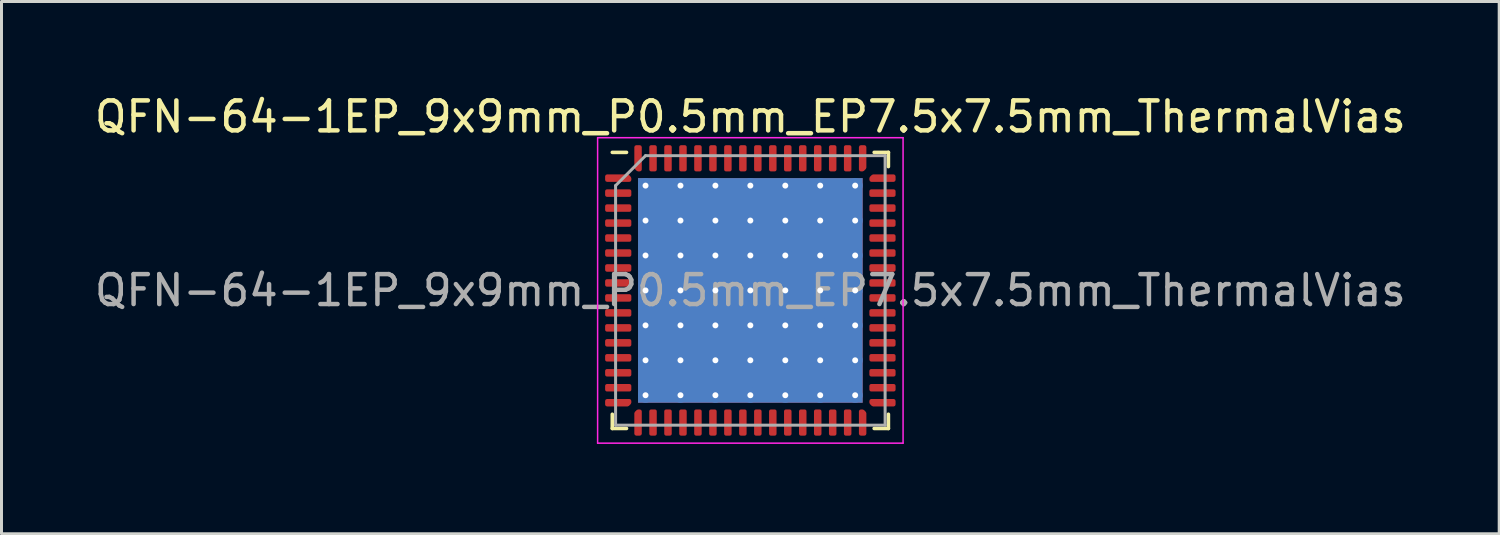
<source format=kicad_pcb>
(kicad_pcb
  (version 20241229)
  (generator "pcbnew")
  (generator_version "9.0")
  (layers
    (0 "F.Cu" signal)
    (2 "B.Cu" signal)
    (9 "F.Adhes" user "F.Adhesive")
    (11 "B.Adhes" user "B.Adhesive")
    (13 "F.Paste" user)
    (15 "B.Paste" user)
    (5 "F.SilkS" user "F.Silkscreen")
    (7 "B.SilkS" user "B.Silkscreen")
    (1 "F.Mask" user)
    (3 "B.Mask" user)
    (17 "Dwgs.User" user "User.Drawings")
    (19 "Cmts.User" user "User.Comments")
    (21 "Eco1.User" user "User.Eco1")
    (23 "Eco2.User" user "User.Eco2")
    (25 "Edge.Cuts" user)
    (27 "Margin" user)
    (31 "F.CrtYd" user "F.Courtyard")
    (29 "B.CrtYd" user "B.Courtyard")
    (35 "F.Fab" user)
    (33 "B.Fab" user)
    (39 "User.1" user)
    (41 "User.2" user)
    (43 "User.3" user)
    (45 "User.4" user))
  (footprint "QFN-64-1EP_9x9mm_P0.5mm_EP7.5x7.5mm_ThermalVias"
    (layer "F.Cu")
    (at 22.006 6.648)
    (property "Reference" "QFN-64-1EP_9x9mm_P0.5mm_EP7.5x7.5mm_ThermalVias" (at 0 -5.8 0) (layer "F.SilkS") (effects (font (size 1 1) (thickness 0.15))))
    (attr smd)
    (fp_line (start -4.61 4.61) (end -4.61 4.135) (stroke (width 0.12) (type solid)) (layer "F.SilkS"))
    (fp_line (start -4.135 -4.61) (end -4.61 -4.61) (stroke (width 0.12) (type solid)) (layer "F.SilkS"))
    (fp_line (start -4.135 4.61) (end -4.61 4.61) (stroke (width 0.12) (type solid)) (layer "F.SilkS"))
    (fp_line (start 4.135 -4.61) (end 4.61 -4.61) (stroke (width 0.12) (type solid)) (layer "F.SilkS"))
    (fp_line (start 4.135 4.61) (end 4.61 4.61) (stroke (width 0.12) (type solid)) (layer "F.SilkS"))
    (fp_line (start 4.61 -4.61) (end 4.61 -4.135) (stroke (width 0.12) (type solid)) (layer "F.SilkS"))
    (fp_line (start 4.61 4.61) (end 4.61 4.135) (stroke (width 0.12) (type solid)) (layer "F.SilkS"))
    (fp_line (start -5.1 -5.1) (end -5.1 5.1) (stroke (width 0.05) (type solid)) (layer "F.CrtYd"))
    (fp_line (start -5.1 5.1) (end 5.1 5.1) (stroke (width 0.05) (type solid)) (layer "F.CrtYd"))
    (fp_line (start 5.1 -5.1) (end -5.1 -5.1) (stroke (width 0.05) (type solid)) (layer "F.CrtYd"))
    (fp_line (start 5.1 5.1) (end 5.1 -5.1) (stroke (width 0.05) (type solid)) (layer "F.CrtYd"))
    (fp_line (start -4.5 -3.5) (end -3.5 -4.5) (stroke (width 0.1) (type solid)) (layer "F.Fab"))
    (fp_line (start -4.5 4.5) (end -4.5 -3.5) (stroke (width 0.1) (type solid)) (layer "F.Fab"))
    (fp_line (start -3.5 -4.5) (end 4.5 -4.5) (stroke (width 0.1) (type solid)) (layer "F.Fab"))
    (fp_line (start 4.5 -4.5) (end 4.5 4.5) (stroke (width 0.1) (type solid)) (layer "F.Fab"))
    (fp_line (start 4.5 4.5) (end -4.5 4.5) (stroke (width 0.1) (type solid)) (layer "F.Fab"))
    (fp_text user "${REFERENCE}" (at 0 0 0) (layer "F.Fab") (effects (font (size 1 1) (thickness 0.15))))
    (pad "" smd roundrect (at -2.917 -2.917) (size 1.008 1.008) (layers "F.Paste") (roundrect_rratio 0.248))
    (pad "" smd roundrect (at -2.917 -1.75) (size 1.008 1.008) (layers "F.Paste") (roundrect_rratio 0.248))
    (pad "" smd roundrect (at -2.917 -0.583) (size 1.008 1.008) (layers "F.Paste") (roundrect_rratio 0.248))
    (pad "" smd roundrect (at -2.917 0.583) (size 1.008 1.008) (layers "F.Paste") (roundrect_rratio 0.248))
    (pad "" smd roundrect (at -2.917 1.75) (size 1.008 1.008) (layers "F.Paste") (roundrect_rratio 0.248))
    (pad "" smd roundrect (at -2.917 2.917) (size 1.008 1.008) (layers "F.Paste") (roundrect_rratio 0.248))
    (pad "" smd roundrect (at -1.75 -2.917) (size 1.008 1.008) (layers "F.Paste") (roundrect_rratio 0.248))
    (pad "" smd roundrect (at -1.75 -1.75) (size 1.008 1.008) (layers "F.Paste") (roundrect_rratio 0.248))
    (pad "" smd roundrect (at -1.75 -0.583) (size 1.008 1.008) (layers "F.Paste") (roundrect_rratio 0.248))
    (pad "" smd roundrect (at -1.75 0.583) (size 1.008 1.008) (layers "F.Paste") (roundrect_rratio 0.248))
    (pad "" smd roundrect (at -1.75 1.75) (size 1.008 1.008) (layers "F.Paste") (roundrect_rratio 0.248))
    (pad "" smd roundrect (at -1.75 2.917) (size 1.008 1.008) (layers "F.Paste") (roundrect_rratio 0.248))
    (pad "" smd roundrect (at -0.583 -2.917) (size 1.008 1.008) (layers "F.Paste") (roundrect_rratio 0.248))
    (pad "" smd roundrect (at -0.583 -1.75) (size 1.008 1.008) (layers "F.Paste") (roundrect_rratio 0.248))
    (pad "" smd roundrect (at -0.583 -0.583) (size 1.008 1.008) (layers "F.Paste") (roundrect_rratio 0.248))
    (pad "" smd roundrect (at -0.583 0.583) (size 1.008 1.008) (layers "F.Paste") (roundrect_rratio 0.248))
    (pad "" smd roundrect (at -0.583 1.75) (size 1.008 1.008) (layers "F.Paste") (roundrect_rratio 0.248))
    (pad "" smd roundrect (at -0.583 2.917) (size 1.008 1.008) (layers "F.Paste") (roundrect_rratio 0.248))
    (pad "" smd roundrect (at 0.583 -2.917) (size 1.008 1.008) (layers "F.Paste") (roundrect_rratio 0.248))
    (pad "" smd roundrect (at 0.583 -1.75) (size 1.008 1.008) (layers "F.Paste") (roundrect_rratio 0.248))
    (pad "" smd roundrect (at 0.583 -0.583) (size 1.008 1.008) (layers "F.Paste") (roundrect_rratio 0.248))
    (pad "" smd roundrect (at 0.583 0.583) (size 1.008 1.008) (layers "F.Paste") (roundrect_rratio 0.248))
    (pad "" smd roundrect (at 0.583 1.75) (size 1.008 1.008) (layers "F.Paste") (roundrect_rratio 0.248))
    (pad "" smd roundrect (at 0.583 2.917) (size 1.008 1.008) (layers "F.Paste") (roundrect_rratio 0.248))
    (pad "" smd roundrect (at 1.75 -2.917) (size 1.008 1.008) (layers "F.Paste") (roundrect_rratio 0.248))
    (pad "" smd roundrect (at 1.75 -1.75) (size 1.008 1.008) (layers "F.Paste") (roundrect_rratio 0.248))
    (pad "" smd roundrect (at 1.75 -0.583) (size 1.008 1.008) (layers "F.Paste") (roundrect_rratio 0.248))
    (pad "" smd roundrect (at 1.75 0.583) (size 1.008 1.008) (layers "F.Paste") (roundrect_rratio 0.248))
    (pad "" smd roundrect (at 1.75 1.75) (size 1.008 1.008) (layers "F.Paste") (roundrect_rratio 0.248))
    (pad "" smd roundrect (at 1.75 2.917) (size 1.008 1.008) (layers "F.Paste") (roundrect_rratio 0.248))
    (pad "" smd roundrect (at 2.917 -2.917) (size 1.008 1.008) (layers "F.Paste") (roundrect_rratio 0.248))
    (pad "" smd roundrect (at 2.917 -1.75) (size 1.008 1.008) (layers "F.Paste") (roundrect_rratio 0.248))
    (pad "" smd roundrect (at 2.917 -0.583) (size 1.008 1.008) (layers "F.Paste") (roundrect_rratio 0.248))
    (pad "" smd roundrect (at 2.917 0.583) (size 1.008 1.008) (layers "F.Paste") (roundrect_rratio 0.248))
    (pad "" smd roundrect (at 2.917 1.75) (size 1.008 1.008) (layers "F.Paste") (roundrect_rratio 0.248))
    (pad "" smd roundrect (at 2.917 2.917) (size 1.008 1.008) (layers "F.Paste") (roundrect_rratio 0.248))
    (pad "1" smd custom (at -4.412 -3.75) (size 0.179 0.179) (layers "F.Cu" "F.Mask" "F.Paste") (options (anchor circle)) (primitives (gr_poly (pts (xy -0.375 -0.062) (xy 0.312 -0.062) (xy 0.375 0.001) (xy 0.375 0.062) (xy -0.375 0.062)) (width 0.125) (fill yes))))
    (pad "2" smd roundrect (at -4.412 -3.25) (size 0.875 0.25) (layers "F.Cu" "F.Mask" "F.Paste") (roundrect_rratio 0.25))
    (pad "3" smd roundrect (at -4.412 -2.75) (size 0.875 0.25) (layers "F.Cu" "F.Mask" "F.Paste") (roundrect_rratio 0.25))
    (pad "4" smd roundrect (at -4.412 -2.25) (size 0.875 0.25) (layers "F.Cu" "F.Mask" "F.Paste") (roundrect_rratio 0.25))
    (pad "5" smd roundrect (at -4.412 -1.75) (size 0.875 0.25) (layers "F.Cu" "F.Mask" "F.Paste") (roundrect_rratio 0.25))
    (pad "6" smd roundrect (at -4.412 -1.25) (size 0.875 0.25) (layers "F.Cu" "F.Mask" "F.Paste") (roundrect_rratio 0.25))
    (pad "7" smd roundrect (at -4.412 -0.75) (size 0.875 0.25) (layers "F.Cu" "F.Mask" "F.Paste") (roundrect_rratio 0.25))
    (pad "8" smd roundrect (at -4.412 -0.25) (size 0.875 0.25) (layers "F.Cu" "F.Mask" "F.Paste") (roundrect_rratio 0.25))
    (pad "9" smd roundrect (at -4.412 0.25) (size 0.875 0.25) (layers "F.Cu" "F.Mask" "F.Paste") (roundrect_rratio 0.25))
    (pad "10" smd roundrect (at -4.412 0.75) (size 0.875 0.25) (layers "F.Cu" "F.Mask" "F.Paste") (roundrect_rratio 0.25))
    (pad "11" smd roundrect (at -4.412 1.25) (size 0.875 0.25) (layers "F.Cu" "F.Mask" "F.Paste") (roundrect_rratio 0.25))
    (pad "12" smd roundrect (at -4.412 1.75) (size 0.875 0.25) (layers "F.Cu" "F.Mask" "F.Paste") (roundrect_rratio 0.25))
    (pad "13" smd roundrect (at -4.412 2.25) (size 0.875 0.25) (layers "F.Cu" "F.Mask" "F.Paste") (roundrect_rratio 0.25))
    (pad "14" smd roundrect (at -4.412 2.75) (size 0.875 0.25) (layers "F.Cu" "F.Mask" "F.Paste") (roundrect_rratio 0.25))
    (pad "15" smd roundrect (at -4.412 3.25) (size 0.875 0.25) (layers "F.Cu" "F.Mask" "F.Paste") (roundrect_rratio 0.25))
    (pad "16" smd custom (at -4.412 3.75) (size 0.179 0.179) (layers "F.Cu" "F.Mask" "F.Paste") (options (anchor circle)) (primitives (gr_poly (pts (xy -0.375 -0.062) (xy 0.375 -0.062) (xy 0.375 -0.001) (xy 0.312 0.062) (xy -0.375 0.062)) (width 0.125) (fill yes))))
    (pad "17" smd custom (at -3.75 4.412) (size 0.179 0.179) (layers "F.Cu" "F.Mask" "F.Paste") (options (anchor circle)) (primitives (gr_poly (pts (xy -0.062 -0.312) (xy 0.001 -0.375) (xy 0.062 -0.375) (xy 0.062 0.375) (xy -0.062 0.375)) (width 0.125) (fill yes))))
    (pad "18" smd roundrect (at -3.25 4.412) (size 0.25 0.875) (layers "F.Cu" "F.Mask" "F.Paste") (roundrect_rratio 0.25))
    (pad "19" smd roundrect (at -2.75 4.412) (size 0.25 0.875) (layers "F.Cu" "F.Mask" "F.Paste") (roundrect_rratio 0.25))
    (pad "20" smd roundrect (at -2.25 4.412) (size 0.25 0.875) (layers "F.Cu" "F.Mask" "F.Paste") (roundrect_rratio 0.25))
    (pad "21" smd roundrect (at -1.75 4.412) (size 0.25 0.875) (layers "F.Cu" "F.Mask" "F.Paste") (roundrect_rratio 0.25))
    (pad "22" smd roundrect (at -1.25 4.412) (size 0.25 0.875) (layers "F.Cu" "F.Mask" "F.Paste") (roundrect_rratio 0.25))
    (pad "23" smd roundrect (at -0.75 4.412) (size 0.25 0.875) (layers "F.Cu" "F.Mask" "F.Paste") (roundrect_rratio 0.25))
    (pad "24" smd roundrect (at -0.25 4.412) (size 0.25 0.875) (layers "F.Cu" "F.Mask" "F.Paste") (roundrect_rratio 0.25))
    (pad "25" smd roundrect (at 0.25 4.412) (size 0.25 0.875) (layers "F.Cu" "F.Mask" "F.Paste") (roundrect_rratio 0.25))
    (pad "26" smd roundrect (at 0.75 4.412) (size 0.25 0.875) (layers "F.Cu" "F.Mask" "F.Paste") (roundrect_rratio 0.25))
    (pad "27" smd roundrect (at 1.25 4.412) (size 0.25 0.875) (layers "F.Cu" "F.Mask" "F.Paste") (roundrect_rratio 0.25))
    (pad "28" smd roundrect (at 1.75 4.412) (size 0.25 0.875) (layers "F.Cu" "F.Mask" "F.Paste") (roundrect_rratio 0.25))
    (pad "29" smd roundrect (at 2.25 4.412) (size 0.25 0.875) (layers "F.Cu" "F.Mask" "F.Paste") (roundrect_rratio 0.25))
    (pad "30" smd roundrect (at 2.75 4.412) (size 0.25 0.875) (layers "F.Cu" "F.Mask" "F.Paste") (roundrect_rratio 0.25))
    (pad "31" smd roundrect (at 3.25 4.412) (size 0.25 0.875) (layers "F.Cu" "F.Mask" "F.Paste") (roundrect_rratio 0.25))
    (pad "32" smd custom (at 3.75 4.412) (size 0.179 0.179) (layers "F.Cu" "F.Mask" "F.Paste") (options (anchor circle)) (primitives (gr_poly (pts (xy -0.062 -0.375) (xy -0.001 -0.375) (xy 0.062 -0.312) (xy 0.062 0.375) (xy -0.062 0.375)) (width 0.125) (fill yes))))
    (pad "33" smd custom (at 4.412 3.75) (size 0.179 0.179) (layers "F.Cu" "F.Mask" "F.Paste") (options (anchor circle)) (primitives (gr_poly (pts (xy -0.375 -0.062) (xy 0.375 -0.062) (xy 0.375 0.062) (xy -0.312 0.062) (xy -0.375 -0.001)) (width 0.125) (fill yes))))
    (pad "34" smd roundrect (at 4.412 3.25) (size 0.875 0.25) (layers "F.Cu" "F.Mask" "F.Paste") (roundrect_rratio 0.25))
    (pad "35" smd roundrect (at 4.412 2.75) (size 0.875 0.25) (layers "F.Cu" "F.Mask" "F.Paste") (roundrect_rratio 0.25))
    (pad "36" smd roundrect (at 4.412 2.25) (size 0.875 0.25) (layers "F.Cu" "F.Mask" "F.Paste") (roundrect_rratio 0.25))
    (pad "37" smd roundrect (at 4.412 1.75) (size 0.875 0.25) (layers "F.Cu" "F.Mask" "F.Paste") (roundrect_rratio 0.25))
    (pad "38" smd roundrect (at 4.412 1.25) (size 0.875 0.25) (layers "F.Cu" "F.Mask" "F.Paste") (roundrect_rratio 0.25))
    (pad "39" smd roundrect (at 4.412 0.75) (size 0.875 0.25) (layers "F.Cu" "F.Mask" "F.Paste") (roundrect_rratio 0.25))
    (pad "40" smd roundrect (at 4.412 0.25) (size 0.875 0.25) (layers "F.Cu" "F.Mask" "F.Paste") (roundrect_rratio 0.25))
    (pad "41" smd roundrect (at 4.412 -0.25) (size 0.875 0.25) (layers "F.Cu" "F.Mask" "F.Paste") (roundrect_rratio 0.25))
    (pad "42" smd roundrect (at 4.412 -0.75) (size 0.875 0.25) (layers "F.Cu" "F.Mask" "F.Paste") (roundrect_rratio 0.25))
    (pad "43" smd roundrect (at 4.412 -1.25) (size 0.875 0.25) (layers "F.Cu" "F.Mask" "F.Paste") (roundrect_rratio 0.25))
    (pad "44" smd roundrect (at 4.412 -1.75) (size 0.875 0.25) (layers "F.Cu" "F.Mask" "F.Paste") (roundrect_rratio 0.25))
    (pad "45" smd roundrect (at 4.412 -2.25) (size 0.875 0.25) (layers "F.Cu" "F.Mask" "F.Paste") (roundrect_rratio 0.25))
    (pad "46" smd roundrect (at 4.412 -2.75) (size 0.875 0.25) (layers "F.Cu" "F.Mask" "F.Paste") (roundrect_rratio 0.25))
    (pad "47" smd roundrect (at 4.412 -3.25) (size 0.875 0.25) (layers "F.Cu" "F.Mask" "F.Paste") (roundrect_rratio 0.25))
    (pad "48" smd custom (at 4.412 -3.75) (size 0.179 0.179) (layers "F.Cu" "F.Mask" "F.Paste") (options (anchor circle)) (primitives (gr_poly (pts (xy -0.375 0.001) (xy -0.312 -0.062) (xy 0.375 -0.062) (xy 0.375 0.062) (xy -0.375 0.062)) (width 0.125) (fill yes))))
    (pad "49" smd custom (at 3.75 -4.412) (size 0.179 0.179) (layers "F.Cu" "F.Mask" "F.Paste") (options (anchor circle)) (primitives (gr_poly (pts (xy -0.062 -0.375) (xy 0.062 -0.375) (xy 0.062 0.312) (xy -0.001 0.375) (xy -0.062 0.375)) (width 0.125) (fill yes))))
    (pad "50" smd roundrect (at 3.25 -4.412) (size 0.25 0.875) (layers "F.Cu" "F.Mask" "F.Paste") (roundrect_rratio 0.25))
    (pad "51" smd roundrect (at 2.75 -4.412) (size 0.25 0.875) (layers "F.Cu" "F.Mask" "F.Paste") (roundrect_rratio 0.25))
    (pad "52" smd roundrect (at 2.25 -4.412) (size 0.25 0.875) (layers "F.Cu" "F.Mask" "F.Paste") (roundrect_rratio 0.25))
    (pad "53" smd roundrect (at 1.75 -4.412) (size 0.25 0.875) (layers "F.Cu" "F.Mask" "F.Paste") (roundrect_rratio 0.25))
    (pad "54" smd roundrect (at 1.25 -4.412) (size 0.25 0.875) (layers "F.Cu" "F.Mask" "F.Paste") (roundrect_rratio 0.25))
    (pad "55" smd roundrect (at 0.75 -4.412) (size 0.25 0.875) (layers "F.Cu" "F.Mask" "F.Paste") (roundrect_rratio 0.25))
    (pad "56" smd roundrect (at 0.25 -4.412) (size 0.25 0.875) (layers "F.Cu" "F.Mask" "F.Paste") (roundrect_rratio 0.25))
    (pad "57" smd roundrect (at -0.25 -4.412) (size 0.25 0.875) (layers "F.Cu" "F.Mask" "F.Paste") (roundrect_rratio 0.25))
    (pad "58" smd roundrect (at -0.75 -4.412) (size 0.25 0.875) (layers "F.Cu" "F.Mask" "F.Paste") (roundrect_rratio 0.25))
    (pad "59" smd roundrect (at -1.25 -4.412) (size 0.25 0.875) (layers "F.Cu" "F.Mask" "F.Paste") (roundrect_rratio 0.25))
    (pad "60" smd roundrect (at -1.75 -4.412) (size 0.25 0.875) (layers "F.Cu" "F.Mask" "F.Paste") (roundrect_rratio 0.25))
    (pad "61" smd roundrect (at -2.25 -4.412) (size 0.25 0.875) (layers "F.Cu" "F.Mask" "F.Paste") (roundrect_rratio 0.25))
    (pad "62" smd roundrect (at -2.75 -4.412) (size 0.25 0.875) (layers "F.Cu" "F.Mask" "F.Paste") (roundrect_rratio 0.25))
    (pad "63" smd roundrect (at -3.25 -4.412) (size 0.25 0.875) (layers "F.Cu" "F.Mask" "F.Paste") (roundrect_rratio 0.25))
    (pad "64" smd custom (at -3.75 -4.412) (size 0.179 0.179) (layers "F.Cu" "F.Mask" "F.Paste") (options (anchor circle)) (primitives (gr_poly (pts (xy -0.062 -0.375) (xy 0.062 -0.375) (xy 0.062 0.375) (xy 0.001 0.375) (xy -0.062 0.312)) (width 0.125) (fill yes))))
    (pad "65" thru_hole circle (at -3.5 -3.5) (size 0.5 0.5) (drill 0.2) (layers "*.Cu"))
    (pad "65" thru_hole circle (at -3.5 -2.333) (size 0.5 0.5) (drill 0.2) (layers "*.Cu"))
    (pad "65" thru_hole circle (at -3.5 -1.167) (size 0.5 0.5) (drill 0.2) (layers "*.Cu"))
    (pad "65" thru_hole circle (at -3.5 0) (size 0.5 0.5) (drill 0.2) (layers "*.Cu"))
    (pad "65" thru_hole circle (at -3.5 1.167) (size 0.5 0.5) (drill 0.2) (layers "*.Cu"))
    (pad "65" thru_hole circle (at -3.5 2.333) (size 0.5 0.5) (drill 0.2) (layers "*.Cu"))
    (pad "65" thru_hole circle (at -3.5 3.5) (size 0.5 0.5) (drill 0.2) (layers "*.Cu"))
    (pad "65" thru_hole circle (at -2.333 -3.5) (size 0.5 0.5) (drill 0.2) (layers "*.Cu"))
    (pad "65" thru_hole circle (at -2.333 -2.333) (size 0.5 0.5) (drill 0.2) (layers "*.Cu"))
    (pad "65" thru_hole circle (at -2.333 -1.167) (size 0.5 0.5) (drill 0.2) (layers "*.Cu"))
    (pad "65" thru_hole circle (at -2.333 0) (size 0.5 0.5) (drill 0.2) (layers "*.Cu"))
    (pad "65" thru_hole circle (at -2.333 1.167) (size 0.5 0.5) (drill 0.2) (layers "*.Cu"))
    (pad "65" thru_hole circle (at -2.333 2.333) (size 0.5 0.5) (drill 0.2) (layers "*.Cu"))
    (pad "65" thru_hole circle (at -2.333 3.5) (size 0.5 0.5) (drill 0.2) (layers "*.Cu"))
    (pad "65" thru_hole circle (at -1.167 -3.5) (size 0.5 0.5) (drill 0.2) (layers "*.Cu"))
    (pad "65" thru_hole circle (at -1.167 -2.333) (size 0.5 0.5) (drill 0.2) (layers "*.Cu"))
    (pad "65" thru_hole circle (at -1.167 -1.167) (size 0.5 0.5) (drill 0.2) (layers "*.Cu"))
    (pad "65" thru_hole circle (at -1.167 0) (size 0.5 0.5) (drill 0.2) (layers "*.Cu"))
    (pad "65" thru_hole circle (at -1.167 1.167) (size 0.5 0.5) (drill 0.2) (layers "*.Cu"))
    (pad "65" thru_hole circle (at -1.167 2.333) (size 0.5 0.5) (drill 0.2) (layers "*.Cu"))
    (pad "65" thru_hole circle (at -1.167 3.5) (size 0.5 0.5) (drill 0.2) (layers "*.Cu"))
    (pad "65" thru_hole circle (at 0 -3.5) (size 0.5 0.5) (drill 0.2) (layers "*.Cu"))
    (pad "65" thru_hole circle (at 0 -2.333) (size 0.5 0.5) (drill 0.2) (layers "*.Cu"))
    (pad "65" thru_hole circle (at 0 -1.167) (size 0.5 0.5) (drill 0.2) (layers "*.Cu"))
    (pad "65" thru_hole circle (at 0 0) (size 0.5 0.5) (drill 0.2) (layers "*.Cu"))
    (pad "65" smd rect (at 0 0) (size 7.5 7.5) (layers "F.Cu" "F.Mask"))
    (pad "65" smd rect (at 0 0) (size 7.5 7.5) (layers "B.Cu"))
    (pad "65" thru_hole circle (at 0 1.167) (size 0.5 0.5) (drill 0.2) (layers "*.Cu"))
    (pad "65" thru_hole circle (at 0 2.333) (size 0.5 0.5) (drill 0.2) (layers "*.Cu"))
    (pad "65" thru_hole circle (at 0 3.5) (size 0.5 0.5) (drill 0.2) (layers "*.Cu"))
    (pad "65" thru_hole circle (at 1.167 -3.5) (size 0.5 0.5) (drill 0.2) (layers "*.Cu"))
    (pad "65" thru_hole circle (at 1.167 -2.333) (size 0.5 0.5) (drill 0.2) (layers "*.Cu"))
    (pad "65" thru_hole circle (at 1.167 -1.167) (size 0.5 0.5) (drill 0.2) (layers "*.Cu"))
    (pad "65" thru_hole circle (at 1.167 0) (size 0.5 0.5) (drill 0.2) (layers "*.Cu"))
    (pad "65" thru_hole circle (at 1.167 1.167) (size 0.5 0.5) (drill 0.2) (layers "*.Cu"))
    (pad "65" thru_hole circle (at 1.167 2.333) (size 0.5 0.5) (drill 0.2) (layers "*.Cu"))
    (pad "65" thru_hole circle (at 1.167 3.5) (size 0.5 0.5) (drill 0.2) (layers "*.Cu"))
    (pad "65" thru_hole circle (at 2.333 -3.5) (size 0.5 0.5) (drill 0.2) (layers "*.Cu"))
    (pad "65" thru_hole circle (at 2.333 -2.333) (size 0.5 0.5) (drill 0.2) (layers "*.Cu"))
    (pad "65" thru_hole circle (at 2.333 -1.167) (size 0.5 0.5) (drill 0.2) (layers "*.Cu"))
    (pad "65" thru_hole circle (at 2.333 0) (size 0.5 0.5) (drill 0.2) (layers "*.Cu"))
    (pad "65" thru_hole circle (at 2.333 1.167) (size 0.5 0.5) (drill 0.2) (layers "*.Cu"))
    (pad "65" thru_hole circle (at 2.333 2.333) (size 0.5 0.5) (drill 0.2) (layers "*.Cu"))
    (pad "65" thru_hole circle (at 2.333 3.5) (size 0.5 0.5) (drill 0.2) (layers "*.Cu"))
    (pad "65" thru_hole circle (at 3.5 -3.5) (size 0.5 0.5) (drill 0.2) (layers "*.Cu"))
    (pad "65" thru_hole circle (at 3.5 -2.333) (size 0.5 0.5) (drill 0.2) (layers "*.Cu"))
    (pad "65" thru_hole circle (at 3.5 -1.167) (size 0.5 0.5) (drill 0.2) (layers "*.Cu"))
    (pad "65" thru_hole circle (at 3.5 0) (size 0.5 0.5) (drill 0.2) (layers "*.Cu"))
    (pad "65" thru_hole circle (at 3.5 1.167) (size 0.5 0.5) (drill 0.2) (layers "*.Cu"))
    (pad "65" thru_hole circle (at 3.5 2.333) (size 0.5 0.5) (drill 0.2) (layers "*.Cu"))
    (pad "65" thru_hole circle (at 3.5 3.5) (size 0.5 0.5) (drill 0.2) (layers "*.Cu")))
  (gr_rect
    (start -3 -3)
    (end 47.012 14.773)
    (stroke (width 0.1) (type default))
    (fill no)
    (layer "Edge.Cuts")))
</source>
